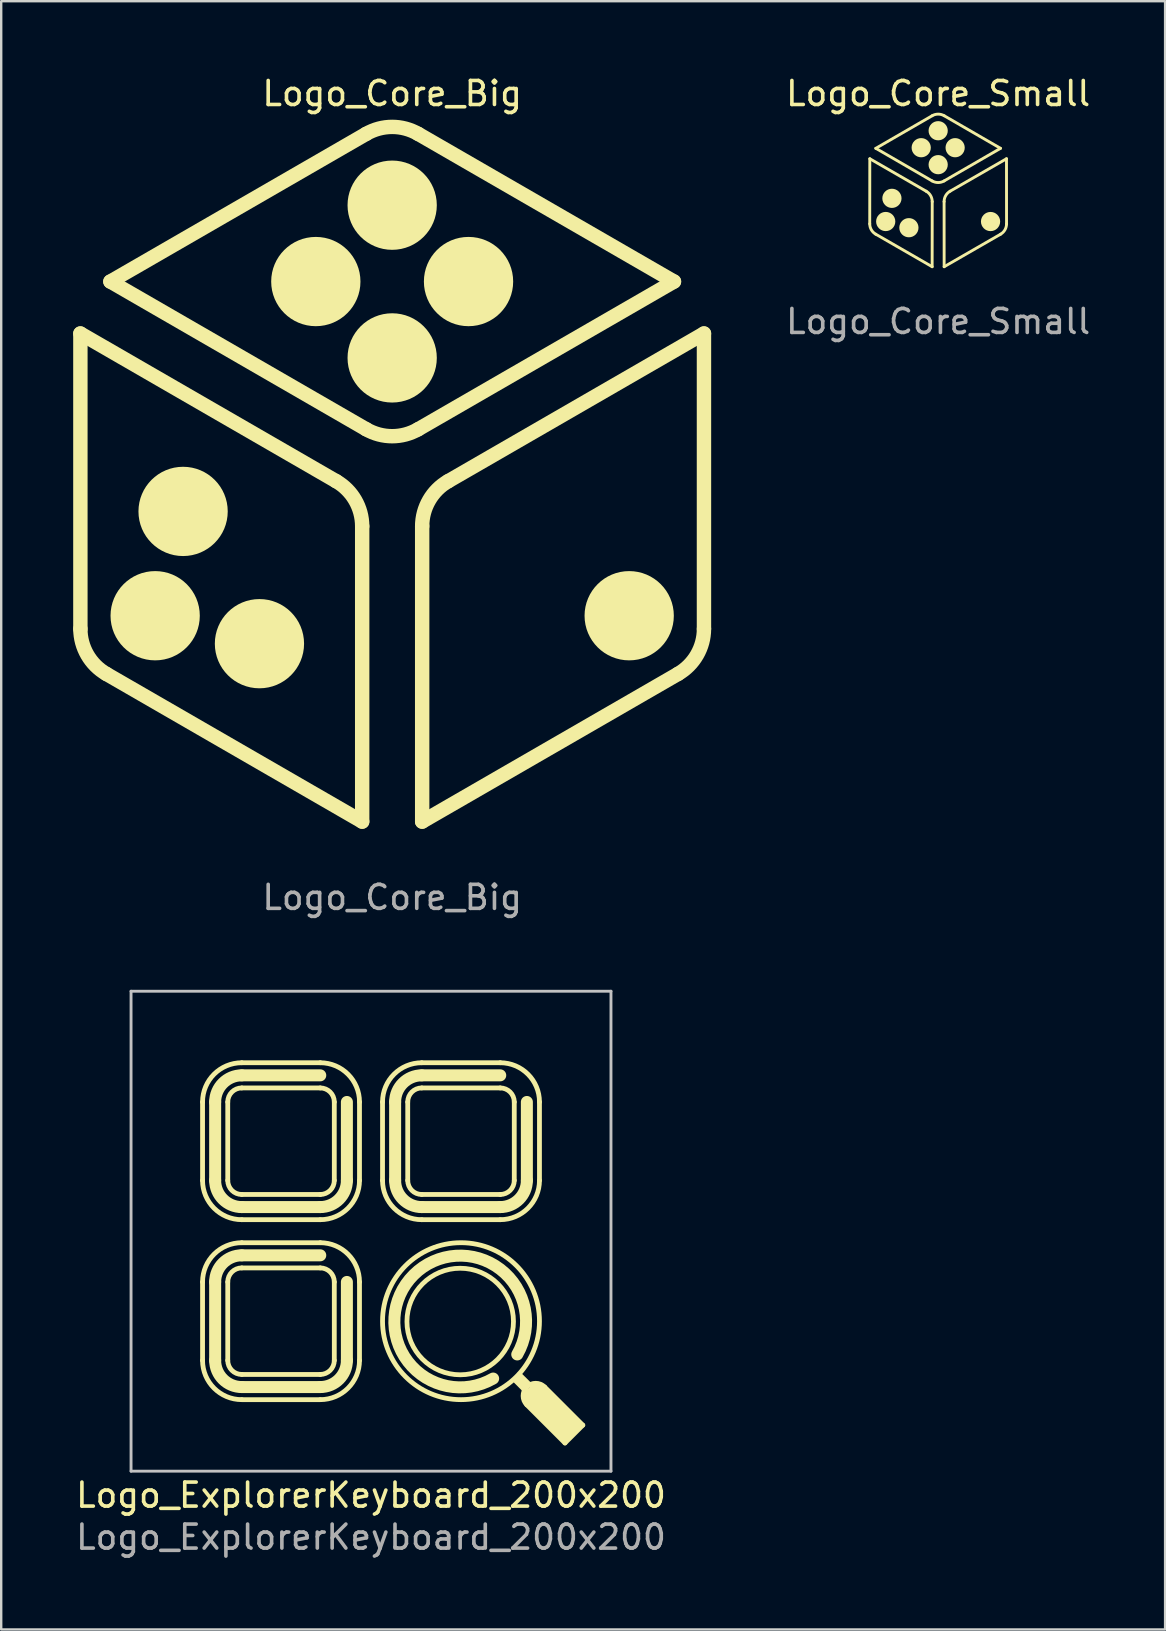
<source format=kicad_pcb>
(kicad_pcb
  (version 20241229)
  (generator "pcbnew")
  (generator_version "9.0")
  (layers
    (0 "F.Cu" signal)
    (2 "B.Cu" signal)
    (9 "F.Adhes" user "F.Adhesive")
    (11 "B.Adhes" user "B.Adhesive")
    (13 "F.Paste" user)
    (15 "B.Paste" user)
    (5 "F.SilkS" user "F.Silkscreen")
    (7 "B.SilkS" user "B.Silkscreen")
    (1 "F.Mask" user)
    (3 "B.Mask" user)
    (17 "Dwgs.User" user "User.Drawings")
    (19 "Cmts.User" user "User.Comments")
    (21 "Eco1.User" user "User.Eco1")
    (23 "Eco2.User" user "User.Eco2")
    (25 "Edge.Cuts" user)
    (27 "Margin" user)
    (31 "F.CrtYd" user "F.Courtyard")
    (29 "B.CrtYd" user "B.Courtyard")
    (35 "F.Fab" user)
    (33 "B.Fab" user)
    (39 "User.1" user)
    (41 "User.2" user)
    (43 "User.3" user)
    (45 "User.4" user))
  (footprint "Logo_ExplorerKeyboard_200x200"
    (layer "F.Cu")
    (at 12.411 48.257)
    (property "Reference" "Logo_ExplorerKeyboard_200x200" (at 0 11 0) (unlocked yes) (layer "F.SilkS") (effects (font (size 1 1) (thickness 0.15))))
    (fp_line (start -7.02 -5.385) (end -7.02 -2.115) (stroke (width 0.2) (type default)) (layer "F.SilkS"))
    (fp_line (start -7.02 2.115) (end -7.02 5.385) (stroke (width 0.2) (type default)) (layer "F.SilkS"))
    (fp_line (start -6.495 -5.385) (end -6.495 -2.115) (stroke (width 0.5) (type default)) (layer "F.SilkS"))
    (fp_line (start -6.495 2.115) (end -6.495 5.385) (stroke (width 0.5) (type default)) (layer "F.SilkS"))
    (fp_line (start -5.97 -2.115) (end -5.97 -5.385) (stroke (width 0.2) (type default)) (layer "F.SilkS"))
    (fp_line (start -5.97 5.385) (end -5.97 2.115) (stroke (width 0.2) (type default)) (layer "F.SilkS"))
    (fp_line (start -5.385 -7.02) (end -2.115 -7.02) (stroke (width 0.2) (type default)) (layer "F.SilkS"))
    (fp_line (start -5.385 -0.48) (end -2.115 -0.48) (stroke (width 0.2) (type default)) (layer "F.SilkS"))
    (fp_line (start -5.385 0.48) (end -2.115 0.48) (stroke (width 0.2) (type default)) (layer "F.SilkS"))
    (fp_line (start -5.385 7.02) (end -2.115 7.02) (stroke (width 0.2) (type default)) (layer "F.SilkS"))
    (fp_line (start -2.115 -6.495) (end -5.385 -6.495) (stroke (width 0.5) (type default)) (layer "F.SilkS"))
    (fp_line (start -2.115 -5.97) (end -5.385 -5.97) (stroke (width 0.2) (type default)) (layer "F.SilkS"))
    (fp_line (start -2.115 -1.53) (end -5.385 -1.53) (stroke (width 0.2) (type default)) (layer "F.SilkS"))
    (fp_line (start -2.115 -1.005) (end -5.385 -1.005) (stroke (width 0.5) (type default)) (layer "F.SilkS"))
    (fp_line (start -2.115 1.005) (end -5.385 1.005) (stroke (width 0.5) (type default)) (layer "F.SilkS"))
    (fp_line (start -2.115 1.53) (end -5.385 1.53) (stroke (width 0.2) (type default)) (layer "F.SilkS"))
    (fp_line (start -2.115 5.97) (end -5.385 5.97) (stroke (width 0.2) (type default)) (layer "F.SilkS"))
    (fp_line (start -2.115 6.495) (end -5.385 6.495) (stroke (width 0.5) (type default)) (layer "F.SilkS"))
    (fp_line (start -1.53 -2.115) (end -1.53 -5.385) (stroke (width 0.2) (type default)) (layer "F.SilkS"))
    (fp_line (start -1.53 5.385) (end -1.53 2.115) (stroke (width 0.2) (type default)) (layer "F.SilkS"))
    (fp_line (start -1.005 -2.115) (end -1.005 -5.385) (stroke (width 0.5) (type default)) (layer "F.SilkS"))
    (fp_line (start -1.005 5.385) (end -1.005 2.115) (stroke (width 0.5) (type default)) (layer "F.SilkS"))
    (fp_line (start -0.48 -2.115) (end -0.48 -5.385) (stroke (width 0.2) (type default)) (layer "F.SilkS"))
    (fp_line (start -0.48 5.385) (end -0.48 2.115) (stroke (width 0.2) (type default)) (layer "F.SilkS"))
    (fp_line (start 0.48 -5.385) (end 0.48 -2.115) (stroke (width 0.2) (type default)) (layer "F.SilkS"))
    (fp_line (start 1.005 -5.385) (end 1.005 -2.115) (stroke (width 0.5) (type default)) (layer "F.SilkS"))
    (fp_line (start 1.53 -2.115) (end 1.53 -5.385) (stroke (width 0.2) (type default)) (layer "F.SilkS"))
    (fp_line (start 2.115 -7.02) (end 5.385 -7.02) (stroke (width 0.2) (type default)) (layer "F.SilkS"))
    (fp_line (start 2.115 -0.48) (end 5.385 -0.48) (stroke (width 0.2) (type default)) (layer "F.SilkS"))
    (fp_line (start 5.385 -6.495) (end 2.115 -6.495) (stroke (width 0.5) (type default)) (layer "F.SilkS"))
    (fp_line (start 5.385 -5.97) (end 2.115 -5.97) (stroke (width 0.2) (type default)) (layer "F.SilkS"))
    (fp_line (start 5.385 -1.53) (end 2.115 -1.53) (stroke (width 0.2) (type default)) (layer "F.SilkS"))
    (fp_line (start 5.385 -1.005) (end 2.115 -1.005) (stroke (width 0.5) (type default)) (layer "F.SilkS"))
    (fp_line (start 5.97 -2.115) (end 5.97 -5.385) (stroke (width 0.2) (type default)) (layer "F.SilkS"))
    (fp_line (start 5.98 6.19) (end 6.386 6.598) (stroke (width 0.2) (type default)) (layer "F.SilkS"))
    (fp_line (start 6.08 6.09) (end 6.492 6.492) (stroke (width 0.2) (type default)) (layer "F.SilkS"))
    (fp_line (start 6.18 5.97) (end 6.598 6.386) (stroke (width 0.2) (type default)) (layer "F.SilkS"))
    (fp_line (start 6.495 -2.115) (end 6.495 -5.385) (stroke (width 0.5) (type default)) (layer "F.SilkS"))
    (fp_line (start 7.02 -2.115) (end 7.02 -5.385) (stroke (width 0.2) (type default)) (layer "F.SilkS"))
    (fp_line (start 8.08 8.31) (end 6.69 6.93) (stroke (width 0.8) (type default)) (layer "F.SilkS"))
    (fp_line (start 8.083 8.826) (end 6.492 7.235) (stroke (width 0.2) (type default)) (layer "F.SilkS"))
    (fp_line (start 8.33 8.09) (end 6.94 6.72) (stroke (width 0.8) (type default)) (layer "F.SilkS"))
    (fp_line (start 8.826 8.083) (end 7.235 6.492) (stroke (width 0.2) (type default)) (layer "F.SilkS"))
    (fp_line (start 8.826 8.083) (end 8.083 8.826) (stroke (width 0.2) (type default)) (layer "F.SilkS"))
    (fp_arc (start -7.02 -5.385022) (mid -6.541117 -6.541147) (end -5.384992 -7.02003) (stroke (width 0.2) (type default)) (layer "F.SilkS"))
    (fp_arc (start -7.02 2.114978) (mid -6.541117 0.958853) (end -5.384992 0.47997) (stroke (width 0.2) (type default)) (layer "F.SilkS"))
    (fp_arc (start -6.495 -5.385023) (mid -6.169886 -6.169918) (end -5.384992 -6.49503) (stroke (width 0.5) (type default)) (layer "F.SilkS"))
    (fp_arc (start -6.495 2.114977) (mid -6.169886 1.330083) (end -5.384992 1.004969) (stroke (width 0.5) (type default)) (layer "F.SilkS"))
    (fp_arc (start -5.969997 -5.385022) (mid -5.798652 -5.798684) (end -5.38499 -5.970028) (stroke (width 0.2) (type default)) (layer "F.SilkS"))
    (fp_arc (start -5.969997 2.114978) (mid -5.798652 1.701316) (end -5.38499 1.529972) (stroke (width 0.2) (type default)) (layer "F.SilkS"))
    (fp_arc (start -5.384992 -1.005001) (mid -6.169885 -1.330115) (end -6.494999 -2.115008) (stroke (width 0.5) (type default)) (layer "F.SilkS"))
    (fp_arc (start -5.384992 -0.48) (mid -6.541117 -0.958883) (end -7.02 -2.115008) (stroke (width 0.2) (type default)) (layer "F.SilkS"))
    (fp_arc (start -5.384992 6.494999) (mid -6.169885 6.169885) (end -6.494999 5.384992) (stroke (width 0.5) (type default)) (layer "F.SilkS"))
    (fp_arc (start -5.384992 7.02) (mid -6.541117 6.541117) (end -7.02 5.384992) (stroke (width 0.2) (type default)) (layer "F.SilkS"))
    (fp_arc (start -5.384991 -1.530004) (mid -5.798653 -1.701349) (end -5.969997 -2.115011) (stroke (width 0.2) (type default)) (layer "F.SilkS"))
    (fp_arc (start -5.384991 5.969996) (mid -5.798653 5.798651) (end -5.969997 5.384989) (stroke (width 0.2) (type default)) (layer "F.SilkS"))
    (fp_arc (start -2.114977 -7.02003) (mid -0.958852 -6.541147) (end -0.479969 -5.385022) (stroke (width 0.2) (type default)) (layer "F.SilkS"))
    (fp_arc (start -2.114977 -5.970029) (mid -1.701315 -5.798684) (end -1.529971 -5.385022) (stroke (width 0.2) (type default)) (layer "F.SilkS"))
    (fp_arc (start -2.114977 0.47997) (mid -0.958852 0.958853) (end -0.479969 2.114978) (stroke (width 0.2) (type default)) (layer "F.SilkS"))
    (fp_arc (start -2.114977 1.529971) (mid -1.701315 1.701316) (end -1.529971 2.114978) (stroke (width 0.2) (type default)) (layer "F.SilkS"))
    (fp_arc (start -1.529974 -2.115008) (mid -1.701319 -1.701346) (end -2.114981 -1.530002) (stroke (width 0.2) (type default)) (layer "F.SilkS"))
    (fp_arc (start -1.529974 5.384992) (mid -1.701319 5.798654) (end -2.114981 5.969998) (stroke (width 0.2) (type default)) (layer "F.SilkS"))
    (fp_arc (start -1.00497 -2.115007) (mid -1.330084 -1.330113) (end -2.114977 -1.004998) (stroke (width 0.5) (type default)) (layer "F.SilkS"))
    (fp_arc (start -1.00497 5.384993) (mid -1.330084 6.169887) (end -2.114977 6.495002) (stroke (width 0.5) (type default)) (layer "F.SilkS"))
    (fp_arc (start -0.47997 -2.115007) (mid -0.958853 -0.958882) (end -2.114978 -0.479999) (stroke (width 0.2) (type default)) (layer "F.SilkS"))
    (fp_arc (start -0.47997 5.384993) (mid -0.958853 6.541118) (end -2.114978 7.020001) (stroke (width 0.2) (type default)) (layer "F.SilkS"))
    (fp_arc (start 0.48 -5.385022) (mid 0.958883 -6.541147) (end 2.115008 -7.02003) (stroke (width 0.2) (type default)) (layer "F.SilkS"))
    (fp_arc (start 1.005 -5.385023) (mid 1.330114 -6.169917) (end 2.115008 -6.495031) (stroke (width 0.5) (type default)) (layer "F.SilkS"))
    (fp_arc (start 1.530003 -5.385022) (mid 1.701348 -5.798684) (end 2.11501 -5.970028) (stroke (width 0.2) (type default)) (layer "F.SilkS"))
    (fp_arc (start 2.115008 -1.005001) (mid 1.330115 -1.330115) (end 1.005001 -2.115008) (stroke (width 0.5) (type default)) (layer "F.SilkS"))
    (fp_arc (start 2.115008 -0.48) (mid 0.958883 -0.958883) (end 0.48 -2.115008) (stroke (width 0.2) (type default)) (layer "F.SilkS"))
    (fp_arc (start 2.115009 -1.530004) (mid 1.701347 -1.701349) (end 1.530003 -2.115011) (stroke (width 0.2) (type default)) (layer "F.SilkS"))
    (fp_arc (start 5.089439 6.140949) (mid 1.775912 1.822677) (end 6.094184 5.136204) (stroke (width 0.5) (type default)) (layer "F.SilkS"))
    (fp_arc (start 5.385023 -7.02003) (mid 6.541148 -6.541147) (end 7.020031 -5.385022) (stroke (width 0.2) (type default)) (layer "F.SilkS"))
    (fp_arc (start 5.385023 -5.970029) (mid 5.798685 -5.798684) (end 5.970029 -5.385022) (stroke (width 0.2) (type default)) (layer "F.SilkS"))
    (fp_arc (start 5.970026 -2.115008) (mid 5.798681 -1.701346) (end 5.385019 -1.530002) (stroke (width 0.2) (type default)) (layer "F.SilkS"))
    (fp_arc (start 6.492192 7.234652) (mid 6.492192 6.49219) (end 7.234654 6.49219) (stroke (width 0.2) (type default)) (layer "F.SilkS"))
    (fp_arc (start 6.49503 -2.115007) (mid 6.169915 -1.330114) (end 5.385022 -1.005) (stroke (width 0.5) (type default)) (layer "F.SilkS"))
    (fp_arc (start 7.02003 -2.115007) (mid 6.541147 -0.958882) (end 5.385022 -0.479999) (stroke (width 0.2) (type default)) (layer "F.SilkS"))
    (fp_circle (center 3.717 3.764) (end 2.147 5.333) (stroke (width 0.2) (type default)) (fill no) (layer "F.SilkS"))
    (fp_circle (center 3.75 3.75) (end 7.02 3.74) (stroke (width 0.2) (type default)) (fill no) (layer "F.SilkS"))
    (fp_line (start -10 10) (end -10 -10) (stroke (width 0.12) (type default)) (layer "Dwgs.User"))
    (fp_line (start 10 -10) (end -10 -10) (stroke (width 0.12) (type default)) (layer "Dwgs.User"))
    (fp_line (start 10 10) (end -10 10) (stroke (width 0.12) (type default)) (layer "Dwgs.User"))
    (fp_line (start 10 10) (end 10 -10) (stroke (width 0.12) (type default)) (layer "Dwgs.User"))
    (fp_text user "${REFERENCE}" (at 0 12.75 0) (unlocked yes) (layer "F.Fab") (effects (font (size 1 1) (thickness 0.15)))))
  (footprint "Logo_Core_Big"
    (layer "F.Cu")
    (at 13.293 16.848)
    (property "Reference" "Logo_Core_Big" (at 0 -16 0) (unlocked yes) (layer "F.SilkS") (effects (font (size 1 1) (thickness 0.15))))
    (attr smd)
    (fp_line (start -12.993 6.31) (end -12.993 -6) (stroke (width 0.12) (type default)) (layer "F.SilkS"))
    (fp_line (start -12.993 6.31) (end -12.993 -6) (stroke (width 0.6) (type default)) (layer "F.SilkS"))
    (fp_line (start -11.911 8.185) (end -1.25 14.34) (stroke (width 0.6) (type default)) (layer "F.SilkS"))
    (fp_line (start -2.333 0.155) (end -12.993 -6) (stroke (width 0.6) (type default)) (layer "F.SilkS"))
    (fp_line (start -1.25 2.03) (end -1.25 14.34) (stroke (width 0.6) (type default)) (layer "F.SilkS"))
    (fp_line (start -1.083 -14.32) (end -11.743 -8.165) (stroke (width 0.6) (type default)) (layer "F.SilkS"))
    (fp_line (start -1.083 -2.01) (end -11.743 -8.165) (stroke (width 0.12) (type default)) (layer "F.SilkS"))
    (fp_line (start -1.083 -2.01) (end -11.743 -8.165) (stroke (width 0.6) (type default)) (layer "F.SilkS"))
    (fp_line (start 1.083 -14.32) (end 11.743 -8.165) (stroke (width 0.6) (type default)) (layer "F.SilkS"))
    (fp_line (start 1.083 -2.01) (end 11.743 -8.165) (stroke (width 0.6) (type default)) (layer "F.SilkS"))
    (fp_line (start 1.25 2.03) (end 1.25 14.34) (stroke (width 0.6) (type default)) (layer "F.SilkS"))
    (fp_line (start 2.333 0.155) (end 12.993 -6) (stroke (width 0.6) (type default)) (layer "F.SilkS"))
    (fp_line (start 11.911 8.185) (end 1.25 14.34) (stroke (width 0.6) (type default)) (layer "F.SilkS"))
    (fp_line (start 12.993 6.31) (end 12.993 -6) (stroke (width 0.12) (type default)) (layer "F.SilkS"))
    (fp_line (start 12.993 6.31) (end 12.993 -6) (stroke (width 0.6) (type default)) (layer "F.SilkS"))
    (fp_arc (start -11.910771 8.185) (mid -12.70324 7.392532) (end -12.993304 6.31) (stroke (width 0.6) (type default)) (layer "F.SilkS"))
    (fp_arc (start -2.332532 0.155) (mid -1.540063 0.947468) (end -1.25 2.03) (stroke (width 0.6) (type default)) (layer "F.SilkS"))
    (fp_arc (start -1.082532 -14.320063) (mid 0 -14.610127) (end 1.082532 -14.320063) (stroke (width 0.6) (type default)) (layer "F.SilkS"))
    (fp_arc (start 1.082532 -2.010064) (mid 0 -1.72) (end -1.082532 -2.010063) (stroke (width 0.6) (type default)) (layer "F.SilkS"))
    (fp_arc (start 1.250001 2.029999) (mid 1.540064 0.947467) (end 2.332533 0.154999) (stroke (width 0.6) (type default)) (layer "F.SilkS"))
    (fp_arc (start 12.993305 6.309999) (mid 12.703241 7.392531) (end 11.910772 8.184999) (stroke (width 0.6) (type default)) (layer "F.SilkS"))
    (fp_circle (center -9.877 5.761) (end -8.977 7.32) (stroke (width 0.12) (type solid)) (fill yes) (layer "F.SilkS"))
    (fp_circle (center -8.713 1.414) (end -7.813 2.973) (stroke (width 0.12) (type solid)) (fill yes) (layer "F.SilkS"))
    (fp_circle (center -5.531 6.926) (end -4.631 8.484) (stroke (width 0.12) (type solid)) (fill yes) (layer "F.SilkS"))
    (fp_circle (center -3.182 -8.165) (end -4.982 -8.165) (stroke (width 0.12) (type solid)) (fill yes) (layer "F.SilkS"))
    (fp_circle (center 0 -11.347) (end -1.8 -11.347) (stroke (width 0.12) (type solid)) (fill yes) (layer "F.SilkS"))
    (fp_circle (center 0 -4.983) (end -1.8 -4.983) (stroke (width 0.12) (type solid)) (fill yes) (layer "F.SilkS"))
    (fp_circle (center 3.182 -8.165) (end 1.382 -8.165) (stroke (width 0.12) (type solid)) (fill yes) (layer "F.SilkS"))
    (fp_circle (center 9.877 5.761) (end 10.777 4.202) (stroke (width 0.12) (type solid)) (fill yes) (layer "F.SilkS"))
    (fp_text user "${REFERENCE}" (at 0 17.5 0) (unlocked yes) (layer "F.Fab") (effects (font (size 1 1) (thickness 0.15)))))
  (footprint "Logo_Core_Small"
    (layer "F.Cu")
    (at 36.045 4.848)
    (property "Reference" "Logo_Core_Small" (at 0 -4 0) (unlocked yes) (layer "F.SilkS") (effects (font (size 1 1) (thickness 0.15))))
    (attr smd)
    (fp_line (start -2.851 1.428) (end -2.848 -1.283) (stroke (width 0.12) (type default)) (layer "F.SilkS"))
    (fp_line (start -2.601 1.861) (end -0.25 3.217) (stroke (width 0.12) (type default)) (layer "F.SilkS"))
    (fp_line (start -2.185 1.333) (end -2.185 1.333) (stroke (width 0.8) (type default)) (layer "F.SilkS"))
    (fp_line (start -1.926 0.367) (end -1.926 0.367) (stroke (width 0.8) (type default)) (layer "F.SilkS"))
    (fp_line (start -1.219 1.591) (end -1.219 1.591) (stroke (width 0.8) (type default)) (layer "F.SilkS"))
    (fp_line (start -0.706 -1.743) (end -0.706 -1.743) (stroke (width 0.8) (type default)) (layer "F.SilkS"))
    (fp_line (start -0.497 0.072) (end -2.848 -1.283) (stroke (width 0.12) (type default)) (layer "F.SilkS"))
    (fp_line (start -0.251 -0.358) (end -2.598 -1.717) (stroke (width 0.12) (type default)) (layer "F.SilkS"))
    (fp_line (start -0.249 -3.075) (end -2.598 -1.717) (stroke (width 0.12) (type default)) (layer "F.SilkS"))
    (fp_line (start -0.247 0.505) (end -0.25 3.217) (stroke (width 0.12) (type default)) (layer "F.SilkS"))
    (fp_line (start 0.001 -2.45) (end 0.001 -2.45) (stroke (width 0.8) (type default)) (layer "F.SilkS"))
    (fp_line (start 0.001 -1.036) (end 0.001 -1.036) (stroke (width 0.8) (type default)) (layer "F.SilkS"))
    (fp_line (start 0.248 0.503) (end 0.25 3.217) (stroke (width 0.12) (type default)) (layer "F.SilkS"))
    (fp_line (start 0.249 -0.358) (end 2.598 -1.717) (stroke (width 0.12) (type default)) (layer "F.SilkS"))
    (fp_line (start 0.251 -3.075) (end 2.598 -1.717) (stroke (width 0.12) (type default)) (layer "F.SilkS"))
    (fp_line (start 0.498 0.07) (end 2.848 -1.283) (stroke (width 0.12) (type default)) (layer "F.SilkS"))
    (fp_line (start 0.708 -1.743) (end 0.708 -1.743) (stroke (width 0.8) (type default)) (layer "F.SilkS"))
    (fp_line (start 2.184 1.334) (end 2.184 1.334) (stroke (width 0.8) (type default)) (layer "F.SilkS"))
    (fp_line (start 2.6 1.863) (end 0.25 3.217) (stroke (width 0.12) (type default)) (layer "F.SilkS"))
    (fp_line (start 2.85 1.43) (end 2.848 -1.283) (stroke (width 0.12) (type default)) (layer "F.SilkS"))
    (fp_arc (start -2.600916 1.861427) (mid -2.783929 1.678414) (end -2.850916 1.428413) (stroke (width 0.12) (type default)) (layer "F.SilkS"))
    (fp_arc (start -0.49716 0.071585) (mid -0.314147 0.254599) (end -0.24716 0.504599) (stroke (width 0.12) (type default)) (layer "F.SilkS"))
    (fp_arc (start -0.249085 -3.074921) (mid 0.000916 -3.141908) (end 0.250916 -3.07492) (stroke (width 0.12) (type default)) (layer "F.SilkS"))
    (fp_arc (start 0.248075 0.503013) (mid 0.315063 0.253014) (end 0.498076 0.07) (stroke (width 0.12) (type default)) (layer "F.SilkS"))
    (fp_arc (start 0.249085 -0.358093) (mid -0.000916 -0.291106) (end -0.250916 -0.358094) (stroke (width 0.12) (type default)) (layer "F.SilkS"))
    (fp_arc (start 2.850001 1.429999) (mid 2.783014 1.68) (end 2.6 1.863012) (stroke (width 0.12) (type default)) (layer "F.SilkS"))
    (fp_text user "${REFERENCE}" (at 0 5.5 0) (unlocked yes) (layer "F.Fab") (effects (font (size 1 1) (thickness 0.15)))))
  (gr_rect
    (start -3 -3)
    (end 45.503 64.855)
    (stroke (width 0.1) (type default))
    (fill no)
    (layer "Edge.Cuts")))
</source>
